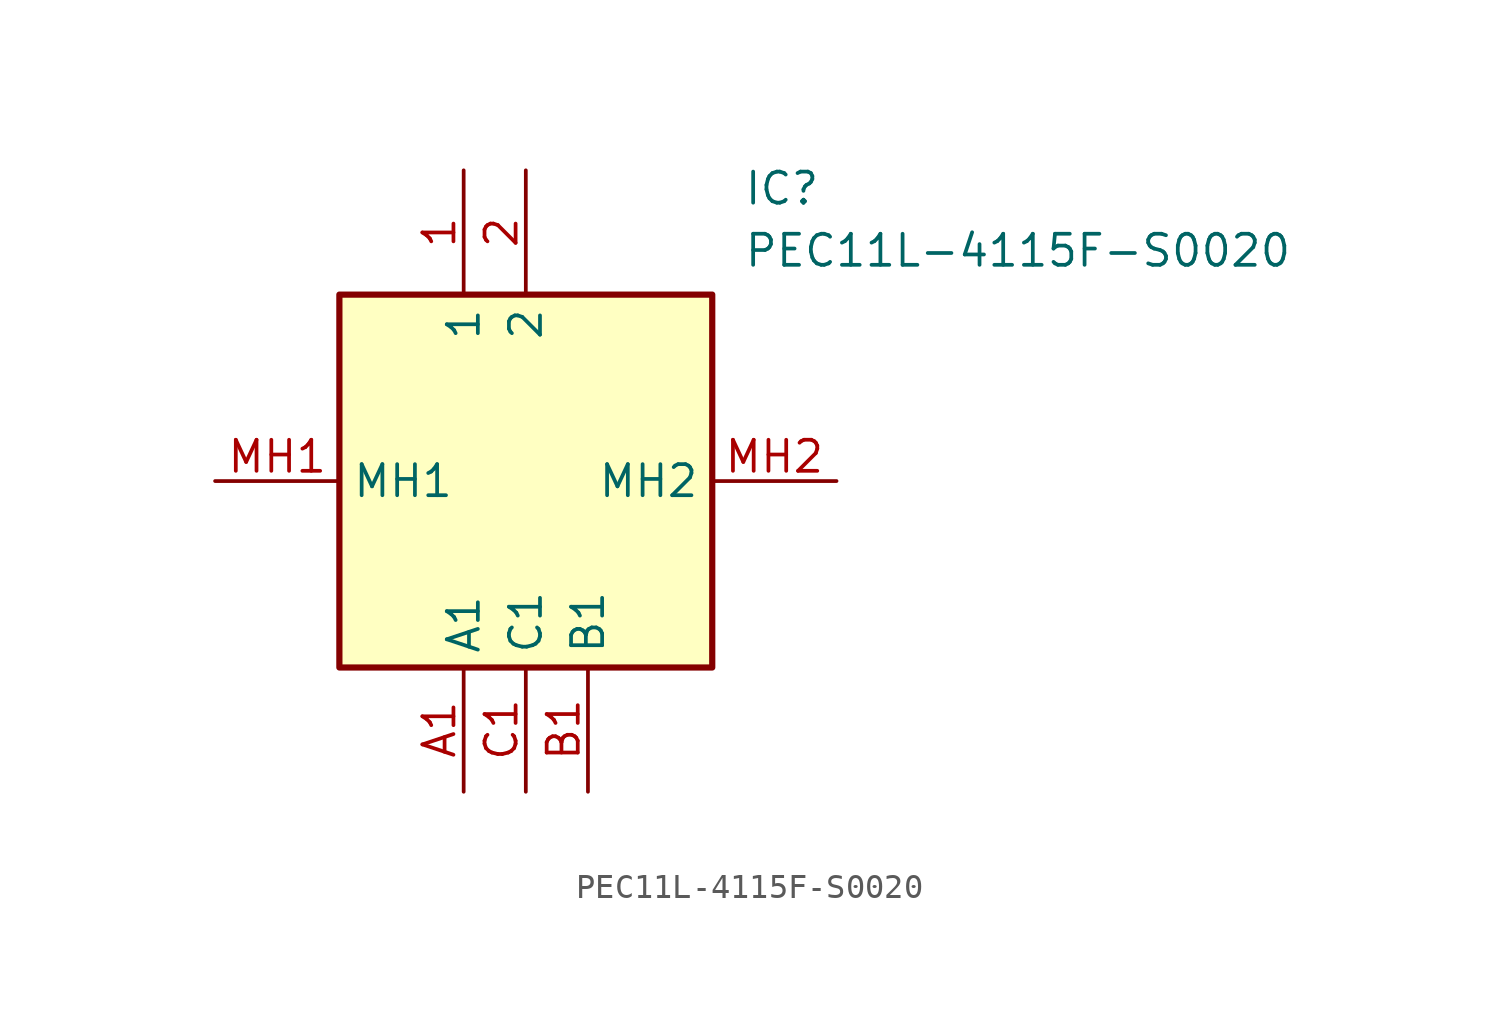
<source format=kicad_sym>
(kicad_symbol_lib
  (version 20211014)
  (generator SamacSys_ECAD_Model)
  (symbol "PEC11L-4115F-S0020"
    (property "Reference" "IC"
      (at 21.59 12.7 0)
      (effects (font (size 1.27 1.27)) (justify left top)))
    (property "Value" "PEC11L-4115F-S0020"
      (at 21.59 10.16 0)
      (effects (font (size 1.27 1.27)) (justify left top)))
    (rectangle
      (start 5.08 7.62)
      (end 20.32 -7.62)
      (stroke (width 0.254) (type default))
      (fill (type background)))
    (pin passive line
      (at 10.16 12.7 270)
      (length 5.08)
      (name "1" (effects (font (size 1.27 1.27))))
      (number "1" (effects (font (size 1.27 1.27)))))
    (pin passive line
      (at 12.7 12.7 270)
      (length 5.08)
      (name "2" (effects (font (size 1.27 1.27))))
      (number "2" (effects (font (size 1.27 1.27)))))
    (pin passive line
      (at 10.16 -12.7 90)
      (length 5.08)
      (name "A1" (effects (font (size 1.27 1.27))))
      (number "A1" (effects (font (size 1.27 1.27)))))
    (pin passive line
      (at 15.24 -12.7 90)
      (length 5.08)
      (name "B1" (effects (font (size 1.27 1.27))))
      (number "B1" (effects (font (size 1.27 1.27)))))
    (pin passive line
      (at 12.7 -12.7 90)
      (length 5.08)
      (name "C1" (effects (font (size 1.27 1.27))))
      (number "C1" (effects (font (size 1.27 1.27)))))
    (pin passive line
      (at 0 0 0)
      (length 5.08)
      (name "MH1" (effects (font (size 1.27 1.27))))
      (number "MH1" (effects (font (size 1.27 1.27)))))
    (pin passive line
      (at 25.4 0 180)
      (length 5.08)
      (name "MH2" (effects (font (size 1.27 1.27))))
      (number "MH2" (effects (font (size 1.27 1.27)))))))
</source>
